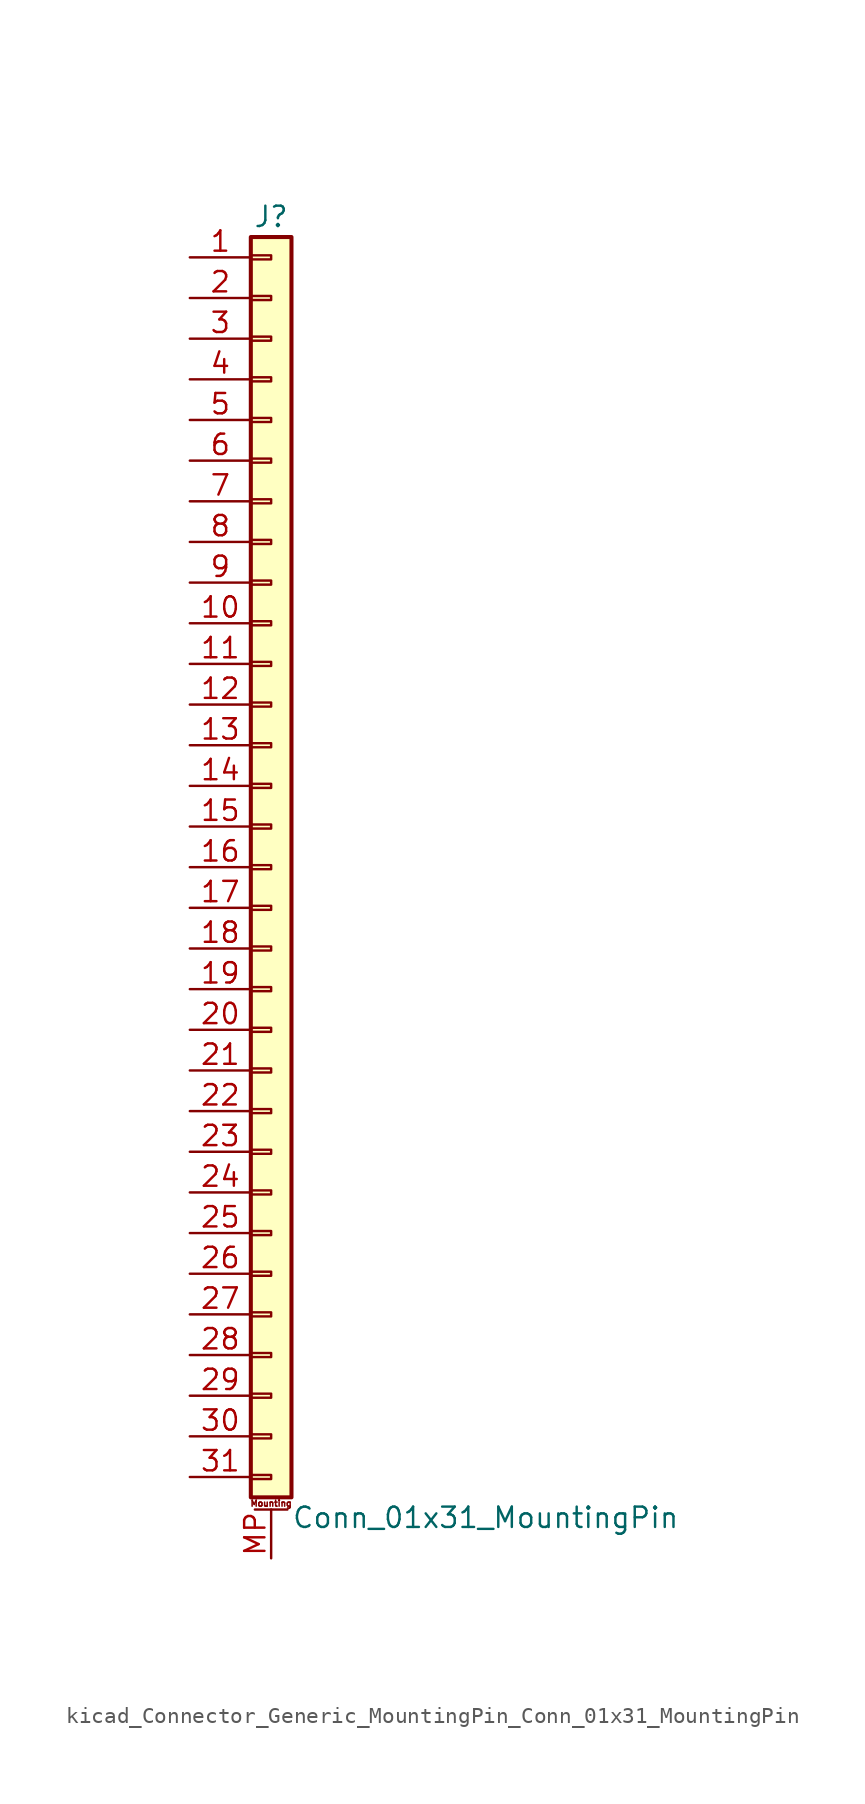
<source format=kicad_sym>
(kicad_symbol_lib
  (version 20220914)
  (generator kicad_symbol_editor)
  (symbol "kicad_Connector_Generic_MountingPin_Conn_01x31_MountingPin"
    (pin_names
      (offset 1.016) hide)
    (property "Reference" "J"
      (at 0 40.64 0)
      (effects (font (size 1.27 1.27))))
    (property "Value" "Conn_01x31_MountingPin"
      (at 1.27 -40.64 0)
      (effects (font (size 1.27 1.27)) (justify left)))
    (symbol "kicad_Connector_Generic_MountingPin_Conn_01x31_MountingPin_1_1"
      (rectangle (start -1.27 -37.973) (end 0 -38.227) (stroke (width 0.152) (type default)) (fill (type none)))
      (rectangle (start -1.27 -35.433) (end 0 -35.687) (stroke (width 0.152) (type default)) (fill (type none)))
      (rectangle (start -1.27 -32.893) (end 0 -33.147) (stroke (width 0.152) (type default)) (fill (type none)))
      (rectangle (start -1.27 -30.353) (end 0 -30.607) (stroke (width 0.152) (type default)) (fill (type none)))
      (rectangle (start -1.27 -27.813) (end 0 -28.067) (stroke (width 0.152) (type default)) (fill (type none)))
      (rectangle (start -1.27 -25.273) (end 0 -25.527) (stroke (width 0.152) (type default)) (fill (type none)))
      (rectangle (start -1.27 -22.733) (end 0 -22.987) (stroke (width 0.152) (type default)) (fill (type none)))
      (rectangle (start -1.27 -20.193) (end 0 -20.447) (stroke (width 0.152) (type default)) (fill (type none)))
      (rectangle (start -1.27 -17.653) (end 0 -17.907) (stroke (width 0.152) (type default)) (fill (type none)))
      (rectangle (start -1.27 -15.113) (end 0 -15.367) (stroke (width 0.152) (type default)) (fill (type none)))
      (rectangle (start -1.27 -12.573) (end 0 -12.827) (stroke (width 0.152) (type default)) (fill (type none)))
      (rectangle (start -1.27 -10.033) (end 0 -10.287) (stroke (width 0.152) (type default)) (fill (type none)))
      (rectangle (start -1.27 -7.493) (end 0 -7.747) (stroke (width 0.152) (type default)) (fill (type none)))
      (rectangle (start -1.27 -4.953) (end 0 -5.207) (stroke (width 0.152) (type default)) (fill (type none)))
      (rectangle (start -1.27 -2.413) (end 0 -2.667) (stroke (width 0.152) (type default)) (fill (type none)))
      (rectangle (start -1.27 0.127) (end 0 -0.127) (stroke (width 0.152) (type default)) (fill (type none)))
      (rectangle (start -1.27 2.667) (end 0 2.413) (stroke (width 0.152) (type default)) (fill (type none)))
      (rectangle (start -1.27 5.207) (end 0 4.953) (stroke (width 0.152) (type default)) (fill (type none)))
      (rectangle (start -1.27 7.747) (end 0 7.493) (stroke (width 0.152) (type default)) (fill (type none)))
      (rectangle (start -1.27 10.287) (end 0 10.033) (stroke (width 0.152) (type default)) (fill (type none)))
      (rectangle (start -1.27 12.827) (end 0 12.573) (stroke (width 0.152) (type default)) (fill (type none)))
      (rectangle (start -1.27 15.367) (end 0 15.113) (stroke (width 0.152) (type default)) (fill (type none)))
      (rectangle (start -1.27 17.907) (end 0 17.653) (stroke (width 0.152) (type default)) (fill (type none)))
      (rectangle (start -1.27 20.447) (end 0 20.193) (stroke (width 0.152) (type default)) (fill (type none)))
      (rectangle (start -1.27 22.987) (end 0 22.733) (stroke (width 0.152) (type default)) (fill (type none)))
      (rectangle (start -1.27 25.527) (end 0 25.273) (stroke (width 0.152) (type default)) (fill (type none)))
      (rectangle (start -1.27 28.067) (end 0 27.813) (stroke (width 0.152) (type default)) (fill (type none)))
      (rectangle (start -1.27 30.607) (end 0 30.353) (stroke (width 0.152) (type default)) (fill (type none)))
      (rectangle (start -1.27 33.147) (end 0 32.893) (stroke (width 0.152) (type default)) (fill (type none)))
      (rectangle (start -1.27 35.687) (end 0 35.433) (stroke (width 0.152) (type default)) (fill (type none)))
      (rectangle (start -1.27 38.227) (end 0 37.973) (stroke (width 0.152) (type default)) (fill (type none)))
      (rectangle (start -1.27 39.37) (end 1.27 -39.37) (stroke (width 0.254) (type default)) (fill (type background)))
      (polyline (pts (xy -1.016 -40.132) (xy 1.016 -40.132)) (stroke (width 0.152) (type default)) (fill (type none)))
      (text "Mounting" (at 0 -39.751 0) (effects (font (size 0.381 0.381))))
      (pin passive line (at -5.08 38.1 0) (length 3.81) (name "Pin_1" (effects (font (size 1.27 1.27)))) (number "1" (effects (font (size 1.27 1.27)))))
      (pin passive line (at -5.08 15.24 0) (length 3.81) (name "Pin_10" (effects (font (size 1.27 1.27)))) (number "10" (effects (font (size 1.27 1.27)))))
      (pin passive line (at -5.08 12.7 0) (length 3.81) (name "Pin_11" (effects (font (size 1.27 1.27)))) (number "11" (effects (font (size 1.27 1.27)))))
      (pin passive line (at -5.08 10.16 0) (length 3.81) (name "Pin_12" (effects (font (size 1.27 1.27)))) (number "12" (effects (font (size 1.27 1.27)))))
      (pin passive line (at -5.08 7.62 0) (length 3.81) (name "Pin_13" (effects (font (size 1.27 1.27)))) (number "13" (effects (font (size 1.27 1.27)))))
      (pin passive line (at -5.08 5.08 0) (length 3.81) (name "Pin_14" (effects (font (size 1.27 1.27)))) (number "14" (effects (font (size 1.27 1.27)))))
      (pin passive line (at -5.08 2.54 0) (length 3.81) (name "Pin_15" (effects (font (size 1.27 1.27)))) (number "15" (effects (font (size 1.27 1.27)))))
      (pin passive line (at -5.08 0 0) (length 3.81) (name "Pin_16" (effects (font (size 1.27 1.27)))) (number "16" (effects (font (size 1.27 1.27)))))
      (pin passive line (at -5.08 -2.54 0) (length 3.81) (name "Pin_17" (effects (font (size 1.27 1.27)))) (number "17" (effects (font (size 1.27 1.27)))))
      (pin passive line (at -5.08 -5.08 0) (length 3.81) (name "Pin_18" (effects (font (size 1.27 1.27)))) (number "18" (effects (font (size 1.27 1.27)))))
      (pin passive line (at -5.08 -7.62 0) (length 3.81) (name "Pin_19" (effects (font (size 1.27 1.27)))) (number "19" (effects (font (size 1.27 1.27)))))
      (pin passive line (at -5.08 35.56 0) (length 3.81) (name "Pin_2" (effects (font (size 1.27 1.27)))) (number "2" (effects (font (size 1.27 1.27)))))
      (pin passive line (at -5.08 -10.16 0) (length 3.81) (name "Pin_20" (effects (font (size 1.27 1.27)))) (number "20" (effects (font (size 1.27 1.27)))))
      (pin passive line (at -5.08 -12.7 0) (length 3.81) (name "Pin_21" (effects (font (size 1.27 1.27)))) (number "21" (effects (font (size 1.27 1.27)))))
      (pin passive line (at -5.08 -15.24 0) (length 3.81) (name "Pin_22" (effects (font (size 1.27 1.27)))) (number "22" (effects (font (size 1.27 1.27)))))
      (pin passive line (at -5.08 -17.78 0) (length 3.81) (name "Pin_23" (effects (font (size 1.27 1.27)))) (number "23" (effects (font (size 1.27 1.27)))))
      (pin passive line (at -5.08 -20.32 0) (length 3.81) (name "Pin_24" (effects (font (size 1.27 1.27)))) (number "24" (effects (font (size 1.27 1.27)))))
      (pin passive line (at -5.08 -22.86 0) (length 3.81) (name "Pin_25" (effects (font (size 1.27 1.27)))) (number "25" (effects (font (size 1.27 1.27)))))
      (pin passive line (at -5.08 -25.4 0) (length 3.81) (name "Pin_26" (effects (font (size 1.27 1.27)))) (number "26" (effects (font (size 1.27 1.27)))))
      (pin passive line (at -5.08 -27.94 0) (length 3.81) (name "Pin_27" (effects (font (size 1.27 1.27)))) (number "27" (effects (font (size 1.27 1.27)))))
      (pin passive line (at -5.08 -30.48 0) (length 3.81) (name "Pin_28" (effects (font (size 1.27 1.27)))) (number "28" (effects (font (size 1.27 1.27)))))
      (pin passive line (at -5.08 -33.02 0) (length 3.81) (name "Pin_29" (effects (font (size 1.27 1.27)))) (number "29" (effects (font (size 1.27 1.27)))))
      (pin passive line (at -5.08 33.02 0) (length 3.81) (name "Pin_3" (effects (font (size 1.27 1.27)))) (number "3" (effects (font (size 1.27 1.27)))))
      (pin passive line (at -5.08 -35.56 0) (length 3.81) (name "Pin_30" (effects (font (size 1.27 1.27)))) (number "30" (effects (font (size 1.27 1.27)))))
      (pin passive line (at -5.08 -38.1 0) (length 3.81) (name "Pin_31" (effects (font (size 1.27 1.27)))) (number "31" (effects (font (size 1.27 1.27)))))
      (pin passive line (at -5.08 30.48 0) (length 3.81) (name "Pin_4" (effects (font (size 1.27 1.27)))) (number "4" (effects (font (size 1.27 1.27)))))
      (pin passive line (at -5.08 27.94 0) (length 3.81) (name "Pin_5" (effects (font (size 1.27 1.27)))) (number "5" (effects (font (size 1.27 1.27)))))
      (pin passive line (at -5.08 25.4 0) (length 3.81) (name "Pin_6" (effects (font (size 1.27 1.27)))) (number "6" (effects (font (size 1.27 1.27)))))
      (pin passive line (at -5.08 22.86 0) (length 3.81) (name "Pin_7" (effects (font (size 1.27 1.27)))) (number "7" (effects (font (size 1.27 1.27)))))
      (pin passive line (at -5.08 20.32 0) (length 3.81) (name "Pin_8" (effects (font (size 1.27 1.27)))) (number "8" (effects (font (size 1.27 1.27)))))
      (pin passive line (at -5.08 17.78 0) (length 3.81) (name "Pin_9" (effects (font (size 1.27 1.27)))) (number "9" (effects (font (size 1.27 1.27)))))
      (pin passive line (at 0 -43.18 90) (length 3.048) (name "MountPin" (effects (font (size 1.27 1.27)))) (number "MP" (effects (font (size 1.27 1.27))))))))
</source>
